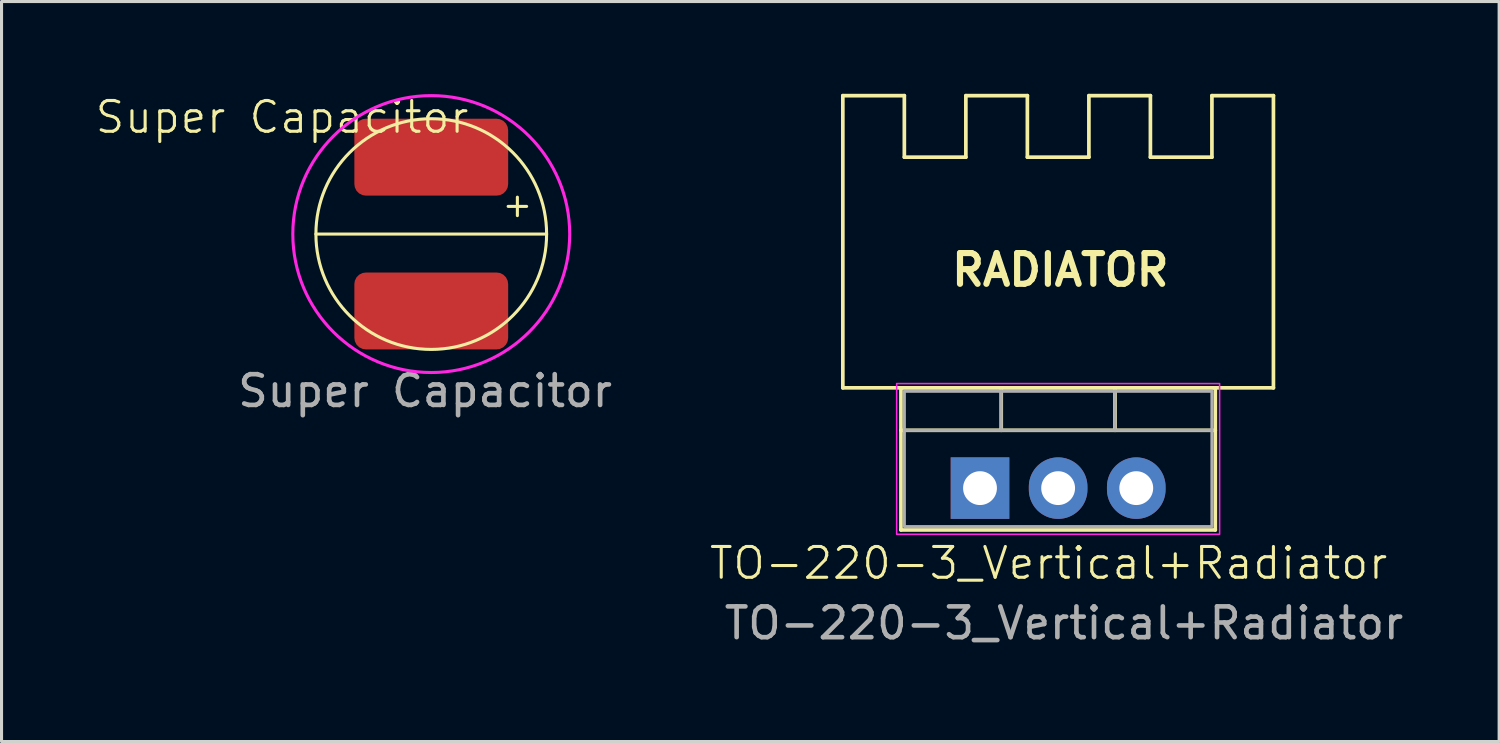
<source format=kicad_pcb>
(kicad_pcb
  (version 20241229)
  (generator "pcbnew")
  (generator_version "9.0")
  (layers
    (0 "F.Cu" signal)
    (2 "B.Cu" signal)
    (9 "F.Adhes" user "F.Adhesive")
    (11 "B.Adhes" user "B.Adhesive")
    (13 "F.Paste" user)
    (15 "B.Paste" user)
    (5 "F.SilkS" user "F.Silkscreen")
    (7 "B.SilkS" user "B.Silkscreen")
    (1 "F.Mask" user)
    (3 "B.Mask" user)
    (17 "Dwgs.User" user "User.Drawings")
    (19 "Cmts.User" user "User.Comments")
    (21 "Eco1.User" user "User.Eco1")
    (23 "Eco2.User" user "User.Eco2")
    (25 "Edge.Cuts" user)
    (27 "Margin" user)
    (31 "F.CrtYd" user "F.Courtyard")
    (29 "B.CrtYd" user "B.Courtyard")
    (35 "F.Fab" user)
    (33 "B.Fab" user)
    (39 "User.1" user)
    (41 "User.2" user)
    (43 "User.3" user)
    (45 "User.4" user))
  (footprint "Super Capacitor"
    (layer "F.Cu")
    (at 8.471 0.76)
    (property "Reference" "Super Capacitor" (at -2.35 0 0) (unlocked yes) (layer "F.SilkS") (effects (font (size 1 1) (thickness 0.1))))
    (attr smd)
    (fp_line (start 5 2.9) (end 5.6 2.9) (stroke (width 0.1) (type default)) (layer "F.SilkS"))
    (fp_line (start 5.3 2.6) (end 5.3 3.2) (stroke (width 0.1) (type default)) (layer "F.SilkS"))
    (fp_line (start 6.25 3.8) (end -1.25 3.8) (stroke (width 0.1) (type default)) (layer "F.SilkS"))
    (fp_circle (center 2.5 3.8) (end 6.25 3.85) (stroke (width 0.1) (type default)) (fill no) (layer "F.SilkS"))
    (fp_circle (center 2.5 3.8) (end 7 3.9) (stroke (width 0.1) (type default)) (fill no) (layer "F.CrtYd"))
    (fp_text user "${REFERENCE}" (at 2.3 8.9 0) (unlocked yes) (layer "F.Fab") (effects (font (size 1 1) (thickness 0.15))))
    (pad "1" smd roundrect (at 2.5 1.3) (size 5 2.5) (layers "F.Cu" "F.Mask" "F.Paste") (roundrect_rratio 0.15))
    (pad "2" smd roundrect (at 2.5 6.3) (size 5 2.5) (layers "F.Cu" "F.Mask" "F.Paste") (roundrect_rratio 0.15))
    (zone (net_name "") (layer "F.SilkS") (hatch full 0.25) (connect_pads) (min_thickness 0.25) (filled_areas_thickness no) (keepout (tracks allowed) (vias allowed) (pads allowed) (copperpour allowed) (footprints allowed)) (placement (enabled no)) (fill) (polygon (pts (xy 14.722 4.561) (xy 7.221 4.561) (xy 7.321 5.41) (xy 7.471 5.96) (xy 7.921 6.761) (xy 8.621 7.511) (xy 9.521 8.011) (xy 10.271 8.261) (xy 11.271 8.31) (xy 12.221 8.111) (xy 13.321 7.511) (xy 13.871 6.96) (xy 14.521 5.861) (xy 14.721 5.011)))))
  (footprint "TO-220-3_Vertical+Radiator"
    (layer "F.Cu")
    (at 26.242 9.56)
    (property "Reference" "TO-220-3_Vertical+Radiator" (at 4.8 5.7 0) (unlocked yes) (layer "F.SilkS") (effects (font (size 1 1) (thickness 0.1))))
    (attr smd)
    (fp_line (start -1.89 -9.5) (end 0.11 -9.5) (stroke (width 0.12) (type default)) (layer "F.SilkS"))
    (fp_line (start -1.89 0) (end -1.89 -9.5) (stroke (width 0.12) (type default)) (layer "F.SilkS"))
    (fp_line (start -1.89 0) (end 12.11 0) (stroke (width 0.12) (type default)) (layer "F.SilkS"))
    (fp_line (start 0 0) (end 10.22 0) (stroke (width 0.12) (type solid)) (layer "F.SilkS"))
    (fp_line (start 0 1.38) (end 10.22 1.38) (stroke (width 0.12) (type solid)) (layer "F.SilkS"))
    (fp_line (start 0 4.62) (end 0 0) (stroke (width 0.12) (type solid)) (layer "F.SilkS"))
    (fp_line (start 0.11 -9.5) (end 0.11 -7.5) (stroke (width 0.12) (type default)) (layer "F.SilkS"))
    (fp_line (start 0.11 -7.5) (end 2.11 -7.5) (stroke (width 0.12) (type default)) (layer "F.SilkS"))
    (fp_line (start 2.11 -9.5) (end 2.11 -7.5) (stroke (width 0.12) (type default)) (layer "F.SilkS"))
    (fp_line (start 2.11 -9.5) (end 4.11 -9.5) (stroke (width 0.12) (type default)) (layer "F.SilkS"))
    (fp_line (start 3.26 0) (end 3.26 1.38) (stroke (width 0.12) (type solid)) (layer "F.SilkS"))
    (fp_line (start 4.11 -9.5) (end 4.11 -7.5) (stroke (width 0.12) (type default)) (layer "F.SilkS"))
    (fp_line (start 4.11 -7.5) (end 6.11 -7.5) (stroke (width 0.12) (type default)) (layer "F.SilkS"))
    (fp_line (start 6.11 -9.5) (end 6.11 -7.5) (stroke (width 0.12) (type default)) (layer "F.SilkS"))
    (fp_line (start 6.11 -9.5) (end 8.11 -9.5) (stroke (width 0.12) (type default)) (layer "F.SilkS"))
    (fp_line (start 6.96 0) (end 6.96 1.38) (stroke (width 0.12) (type solid)) (layer "F.SilkS"))
    (fp_line (start 8.11 -9.5) (end 8.11 -7.5) (stroke (width 0.12) (type default)) (layer "F.SilkS"))
    (fp_line (start 8.11 -7.5) (end 10.11 -7.5) (stroke (width 0.12) (type default)) (layer "F.SilkS"))
    (fp_line (start 10.11 -9.5) (end 10.11 -7.5) (stroke (width 0.12) (type default)) (layer "F.SilkS"))
    (fp_line (start 10.11 -9.5) (end 12.11 -9.5) (stroke (width 0.12) (type default)) (layer "F.SilkS"))
    (fp_line (start 10.22 0) (end 10.22 4.62) (stroke (width 0.12) (type solid)) (layer "F.SilkS"))
    (fp_line (start 10.22 4.62) (end 0 4.62) (stroke (width 0.12) (type solid)) (layer "F.SilkS"))
    (fp_line (start 12.11 0) (end 12.11 -9.5) (stroke (width 0.12) (type default)) (layer "F.SilkS"))
    (fp_rect (start -0.14 -0.14) (end 10.36 4.76) (stroke (width 0.05) (type solid)) (fill no) (layer "F.CrtYd"))
    (fp_line (start 0.11 1.38) (end 10.11 1.38) (stroke (width 0.1) (type solid)) (layer "F.Fab"))
    (fp_line (start 3.26 0.11) (end 3.26 1.38) (stroke (width 0.1) (type solid)) (layer "F.Fab"))
    (fp_line (start 6.96 0.11) (end 6.96 1.38) (stroke (width 0.1) (type solid)) (layer "F.Fab"))
    (fp_rect (start 0.11 0.11) (end 10.11 4.51) (stroke (width 0.1) (type solid)) (fill no) (layer "F.Fab"))
    (fp_text user "RADIATOR" (at 1.55 -3.25 0) (unlocked yes) (layer "F.SilkS") (effects (font (size 1 1) (thickness 0.2) (bold yes)) (justify left bottom)))
    (fp_text user "${REFERENCE}" (at 5.3 7.65 0) (layer "F.Fab") (effects (font (size 1 1) (thickness 0.15))))
    (pad "1" thru_hole rect (at 2.57 3.26) (size 1.905 2) (drill 1.1) (layers "*.Cu" "*.Mask"))
    (pad "2" thru_hole oval (at 5.11 3.26) (size 1.905 2) (drill 1.1) (layers "*.Cu" "*.Mask"))
    (pad "3" thru_hole oval (at 7.65 3.26) (size 1.905 2) (drill 1.1) (layers "*.Cu" "*.Mask"))
    (zone (net_name "") (layer "F.SilkS") (hatch edge 0.5) (connect_pads) (min_thickness 0.25) (filled_areas_thickness no) (keepout (tracks allowed) (vias allowed) (pads allowed) (copperpour allowed) (footprints not_allowed)) (placement (enabled no)) (fill) (polygon (pts (xy 38.352 9.56) (xy 38.352 0.06) (xy 36.352 0.06) (xy 36.352 2.06) (xy 34.352 2.06) (xy 34.352 0.06) (xy 32.352 0.06) (xy 32.352 2.06) (xy 30.352 2.06) (xy 30.352 0.06) (xy 28.352 0.06) (xy 28.352 2.06) (xy 26.352 2.06) (xy 26.352 0.06) (xy 24.352 0.06) (xy 24.352 9.56)))))
  (gr_rect
    (start -3 -3)
    (end 45.69 21.058)
    (stroke (width 0.1) (type default))
    (fill no)
    (layer "Edge.Cuts")))
</source>
